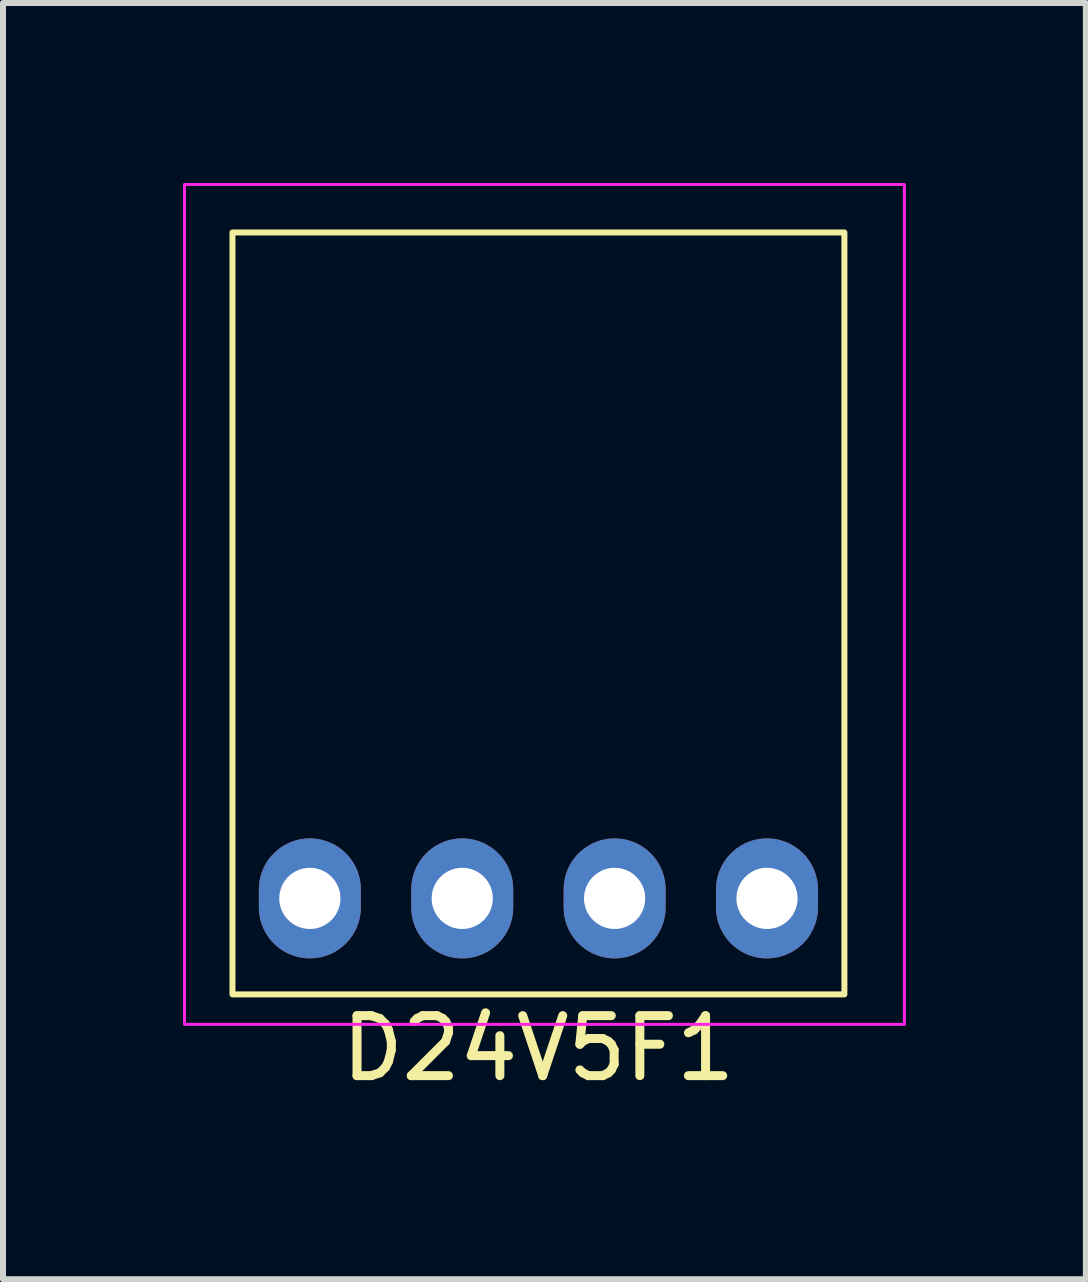
<source format=kicad_pcb>
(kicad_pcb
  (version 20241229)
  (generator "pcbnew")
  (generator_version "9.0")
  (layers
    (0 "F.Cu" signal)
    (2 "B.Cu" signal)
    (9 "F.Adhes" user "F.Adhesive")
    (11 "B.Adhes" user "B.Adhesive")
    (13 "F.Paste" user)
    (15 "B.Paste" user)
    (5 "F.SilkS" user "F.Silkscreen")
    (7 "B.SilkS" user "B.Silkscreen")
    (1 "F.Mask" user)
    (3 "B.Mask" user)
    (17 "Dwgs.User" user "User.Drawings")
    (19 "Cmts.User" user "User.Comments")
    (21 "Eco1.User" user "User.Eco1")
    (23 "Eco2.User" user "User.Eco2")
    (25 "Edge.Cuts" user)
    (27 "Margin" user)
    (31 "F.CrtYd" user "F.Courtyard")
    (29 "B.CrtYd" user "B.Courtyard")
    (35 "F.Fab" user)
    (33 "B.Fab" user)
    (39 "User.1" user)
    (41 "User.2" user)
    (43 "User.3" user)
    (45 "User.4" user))
  (footprint "D24V5F1"
    (layer "F.Cu")
    (at 5.925 11.925)
    (property "Reference" "D24V5F1" (at 0 2.5 0) (layer "F.SilkS") (effects (font (size 1 1) (thickness 0.15))))
    (attr through_hole)
    (fp_rect (start -5.1 -11.1) (end 5.1 1.6) (stroke (width 0.1) (type default)) (fill no) (layer "F.SilkS"))
    (fp_rect (start -5.9 -11.9) (end 6.1 2.1) (stroke (width 0.05) (type default)) (fill no) (layer "F.CrtYd"))
    (pad "1" thru_hole oval (at -3.81 0) (size 1.7 2) (drill 1.02) (layers "*.Cu" "*.Mask"))
    (pad "2" thru_hole oval (at -1.27 0) (size 1.7 2) (drill 1.02) (layers "*.Cu" "*.Mask"))
    (pad "3" thru_hole oval (at 1.27 0) (size 1.7 2) (drill 1.02) (layers "*.Cu" "*.Mask"))
    (pad "4" thru_hole oval (at 3.81 0) (size 1.7 2) (drill 1.02) (layers "*.Cu" "*.Mask")))
  (gr_rect
    (start -3 -3)
    (end 15.05 18.273)
    (stroke (width 0.1) (type default))
    (fill no)
    (layer "Edge.Cuts")))
</source>
